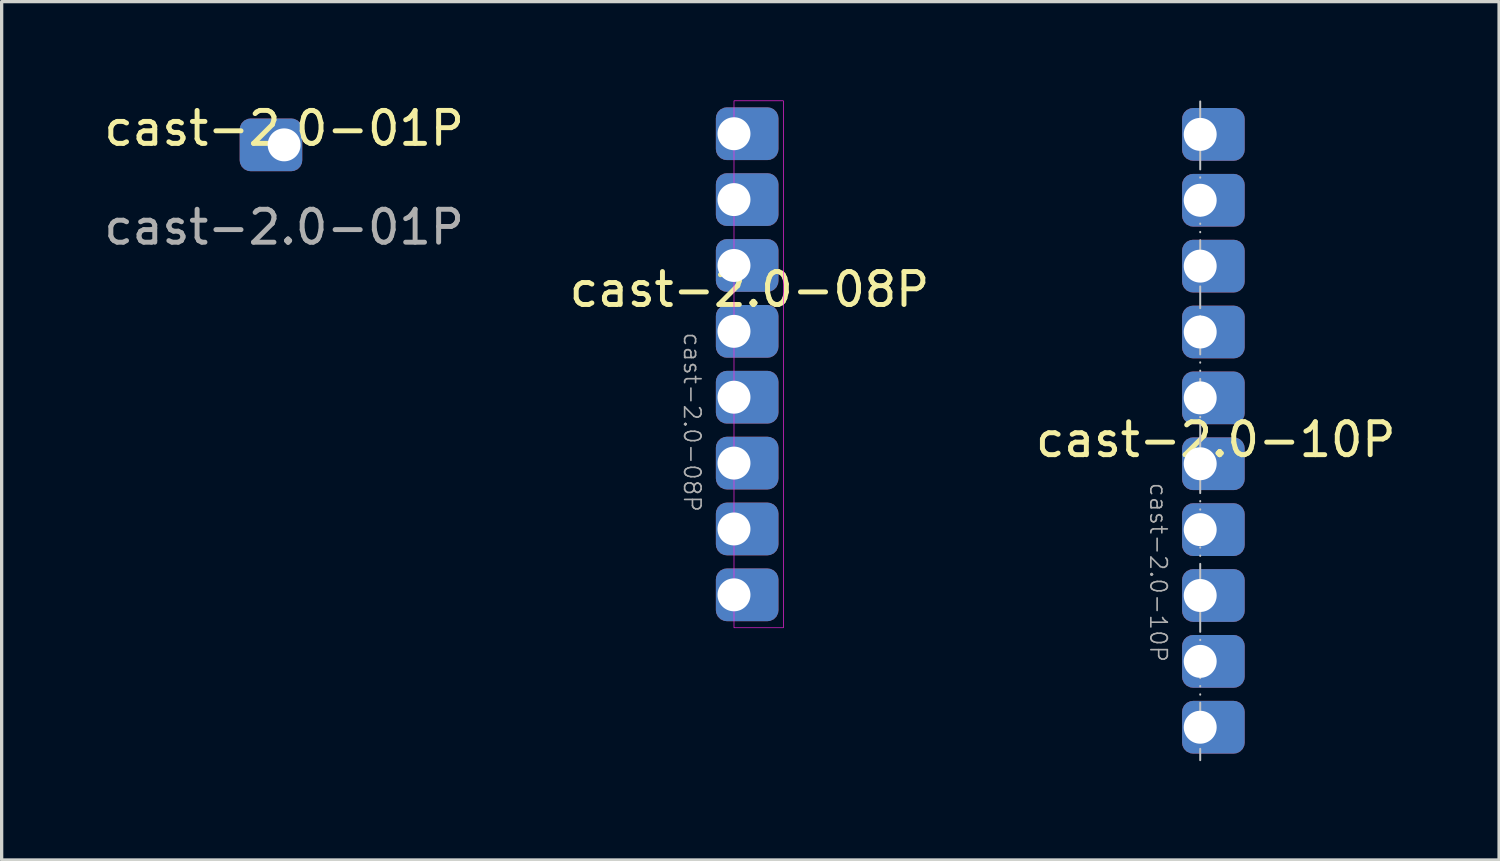
<source format=kicad_pcb>
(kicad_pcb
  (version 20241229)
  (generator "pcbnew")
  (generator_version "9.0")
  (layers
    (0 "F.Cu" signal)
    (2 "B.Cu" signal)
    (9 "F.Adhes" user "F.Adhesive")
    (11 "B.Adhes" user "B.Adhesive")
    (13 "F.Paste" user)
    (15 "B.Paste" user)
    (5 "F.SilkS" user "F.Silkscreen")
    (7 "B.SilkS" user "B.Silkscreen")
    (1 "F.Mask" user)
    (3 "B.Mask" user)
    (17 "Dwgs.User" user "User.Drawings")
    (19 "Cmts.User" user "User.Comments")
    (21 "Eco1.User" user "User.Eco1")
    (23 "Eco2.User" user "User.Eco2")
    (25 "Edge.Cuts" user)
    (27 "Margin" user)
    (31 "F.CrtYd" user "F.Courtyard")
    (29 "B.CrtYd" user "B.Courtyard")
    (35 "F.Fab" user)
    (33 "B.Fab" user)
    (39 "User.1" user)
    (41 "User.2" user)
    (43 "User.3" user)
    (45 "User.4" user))
  (footprint "cast-2.0-08P"
    (layer "F.Cu")
    (at 19.235 7.01)
    (property "Reference" "cast-2.0-08P" (at -5.08 -1.27 0) (unlocked yes) (layer "F.SilkS") (effects (font (size 1 1) (thickness 0.15)) (justify left)))
    (attr exclude_from_bom allow_missing_courtyard)
    (fp_rect (start 0 -7) (end 1.5 9) (stroke (width 0.02) (type solid)) (fill no) (layer "F.CrtYd"))
    (fp_text user "${REFERENCE}" (at -1.27 0 270) (unlocked yes) (layer "F.Fab") (effects (font (size 0.5 0.5) (thickness 0.05)) (justify left)))
    (pad "1" thru_hole roundrect (at 0 -6) (size 1.9 1.6) (drill 1 (offset 0.4 0)) (layers "*.Cu" "*.Mask") (roundrect_rratio 0.208))
    (pad "2" thru_hole roundrect (at 0 -4) (size 1.9 1.6) (drill 1 (offset 0.4 0)) (layers "*.Cu" "*.Mask") (roundrect_rratio 0.208))
    (pad "3" thru_hole roundrect (at 0 -2) (size 1.9 1.6) (drill 1 (offset 0.4 0)) (layers "*.Cu" "*.Mask") (roundrect_rratio 0.208))
    (pad "4" thru_hole roundrect (at 0 0) (size 1.9 1.6) (drill 1 (offset 0.4 0)) (layers "*.Cu" "*.Mask") (roundrect_rratio 0.208))
    (pad "5" thru_hole roundrect (at 0 2) (size 1.9 1.6) (drill 1 (offset 0.4 0)) (layers "*.Cu" "*.Mask") (roundrect_rratio 0.208))
    (pad "6" thru_hole roundrect (at 0 4) (size 1.9 1.6) (drill 1 (offset 0.4 0)) (layers "*.Cu" "*.Mask") (roundrect_rratio 0.208))
    (pad "7" thru_hole roundrect (at 0 6) (size 1.9 1.6) (drill 1 (offset 0.4 0)) (layers "*.Cu" "*.Mask") (roundrect_rratio 0.208))
    (pad "8" thru_hole roundrect (at 0 8) (size 1.9 1.6) (drill 1 (offset 0.4 0)) (layers "*.Cu" "*.Mask") (roundrect_rratio 0.208)))
  (footprint "cast-2.0-10P"
    (layer "F.Cu")
    (at 33.39 9.03)
    (property "Reference" "cast-2.0-10P" (at -5.08 1.27 0) (unlocked yes) (layer "F.SilkS") (effects (font (size 1 1) (thickness 0.15)) (justify left)))
    (attr exclude_from_bom allow_missing_courtyard)
    (fp_line (start 0 -9) (end 0 11) (stroke (width 0.06) (type dash_dot_dot)) (layer "Dwgs.User"))
    (fp_text user "${REFERENCE}" (at -1.27 2.54 270) (unlocked yes) (layer "F.Fab") (effects (font (size 0.5 0.5) (thickness 0.05)) (justify left)))
    (pad "1" thru_hole roundrect (at 0 -8) (size 1.9 1.6) (drill 1 (offset 0.4 0)) (layers "*.Cu" "*.Mask") (roundrect_rratio 0.208))
    (pad "2" thru_hole roundrect (at 0 -6) (size 1.9 1.6) (drill 1 (offset 0.4 0)) (layers "*.Cu" "*.Mask") (roundrect_rratio 0.208))
    (pad "3" thru_hole roundrect (at 0 -4) (size 1.9 1.6) (drill 1 (offset 0.4 0)) (layers "*.Cu" "*.Mask") (roundrect_rratio 0.208))
    (pad "4" thru_hole roundrect (at 0 -2) (size 1.9 1.6) (drill 1 (offset 0.4 0)) (layers "*.Cu" "*.Mask") (roundrect_rratio 0.208))
    (pad "5" thru_hole roundrect (at 0 0) (size 1.9 1.6) (drill 1 (offset 0.4 0)) (layers "*.Cu" "*.Mask") (roundrect_rratio 0.208))
    (pad "6" thru_hole roundrect (at 0 2) (size 1.9 1.6) (drill 1 (offset 0.4 0)) (layers "*.Cu" "*.Mask") (roundrect_rratio 0.208))
    (pad "7" thru_hole roundrect (at 0 4) (size 1.9 1.6) (drill 1 (offset 0.4 0)) (layers "*.Cu" "*.Mask") (roundrect_rratio 0.208))
    (pad "8" thru_hole roundrect (at 0 6) (size 1.9 1.6) (drill 1 (offset 0.4 0)) (layers "*.Cu" "*.Mask") (roundrect_rratio 0.208))
    (pad "9" thru_hole roundrect (at 0 8) (size 1.9 1.6) (drill 1 (offset 0.4 0)) (layers "*.Cu" "*.Mask") (roundrect_rratio 0.208))
    (pad "10" thru_hole roundrect (at 0 10) (size 1.9 1.6) (drill 1 (offset 0.4 0)) (layers "*.Cu" "*.Mask") (roundrect_rratio 0.208)))
  (footprint "cast-2.0-01P"
    (layer "F.Cu")
    (at 5.577 1.348)
    (property "Reference" "cast-2.0-01P" (at 0 -0.5 0) (unlocked yes) (layer "F.SilkS") (effects (font (size 1 1) (thickness 0.15))))
    (attr through_hole exclude_from_bom allow_missing_courtyard)
    (fp_text user "${REFERENCE}" (at 0 2.5 0) (unlocked yes) (layer "F.Fab") (effects (font (size 1 1) (thickness 0.15))))
    (pad "1" thru_hole roundrect (at 0 0) (size 1.9 1.6) (drill 1 (offset -0.4 0)) (layers "*.Cu" "*.Mask") (roundrect_rratio 0.208)))
  (gr_rect
    (start -3 -3)
    (end 42.464 23.06)
    (stroke (width 0.1) (type default))
    (fill no)
    (layer "Edge.Cuts")))
</source>
